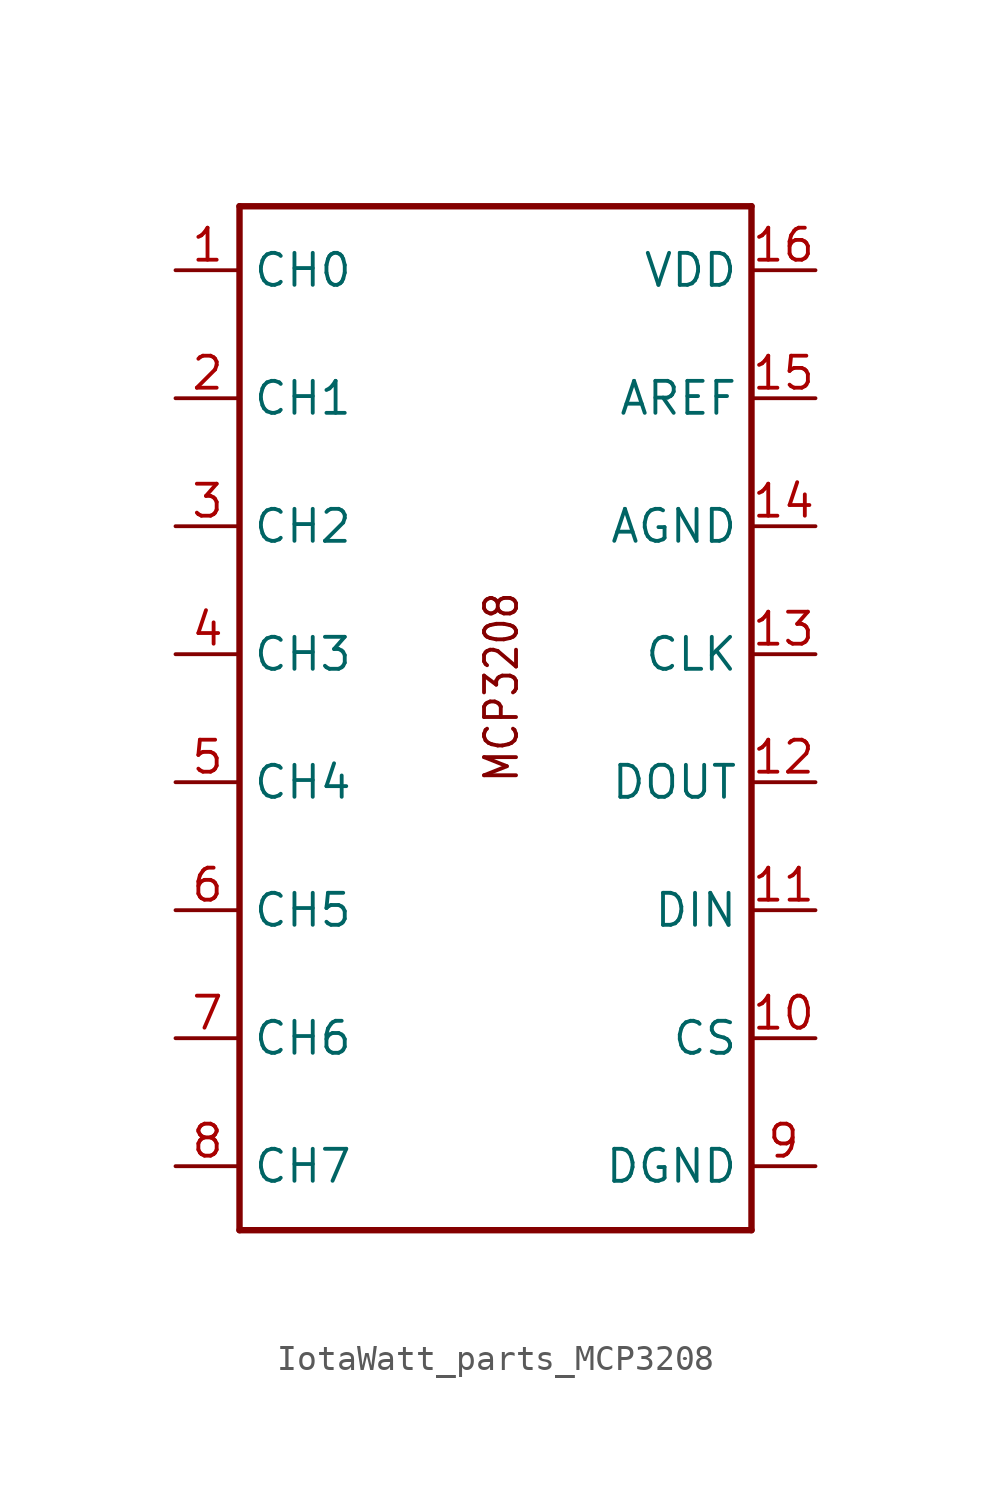
<source format=kicad_sym>
(kicad_symbol_lib
  (version 20220914)
  (generator kicad_symbol_editor)
  (symbol "IotaWatt_parts_MCP3208"
    (property "Reference" ""
      (at -6.858 23.876 0)
      (effects (font (size 1.27 1.079)) (justify left bottom) hide))
    (property "ki_locked" ""
      (at 0 0 0)
      (effects (font (size 1.27 1.27))))
    (symbol "IotaWatt_parts_MCP3208_1_0"
      (polyline (pts (xy -12.7 -17.78) (xy -12.7 22.86)) (stroke (width 0.254) (type solid)) (fill (type none)))
      (polyline (pts (xy -12.7 -17.78) (xy 7.62 -17.78)) (stroke (width 0.254) (type solid)) (fill (type none)))
      (polyline (pts (xy -12.7 22.86) (xy 7.62 22.86)) (stroke (width 0.254) (type solid)) (fill (type none)))
      (polyline (pts (xy 7.62 22.86) (xy 7.62 -17.78)) (stroke (width 0.254) (type solid)) (fill (type none)))
      (text "MCP3208" (at -3.048 7.62 900) (effects (font (size 1.27 1.079)) (justify right top)))
      (pin input line (at -15.24 20.32 0) (length 2.54) (name "CH0" (effects (font (size 1.27 1.27)))) (number "1" (effects (font (size 1.27 1.27)))))
      (pin input line (at 10.16 -10.16 180) (length 2.54) (name "CS" (effects (font (size 1.27 1.27)))) (number "10" (effects (font (size 1.27 1.27)))))
      (pin input line (at 10.16 -5.08 180) (length 2.54) (name "DIN" (effects (font (size 1.27 1.27)))) (number "11" (effects (font (size 1.27 1.27)))))
      (pin bidirectional line (at 10.16 0 180) (length 2.54) (name "DOUT" (effects (font (size 1.27 1.27)))) (number "12" (effects (font (size 1.27 1.27)))))
      (pin input line (at 10.16 5.08 180) (length 2.54) (name "CLK" (effects (font (size 1.27 1.27)))) (number "13" (effects (font (size 1.27 1.27)))))
      (pin input line (at 10.16 10.16 180) (length 2.54) (name "AGND" (effects (font (size 1.27 1.27)))) (number "14" (effects (font (size 1.27 1.27)))))
      (pin input line (at 10.16 15.24 180) (length 2.54) (name "AREF" (effects (font (size 1.27 1.27)))) (number "15" (effects (font (size 1.27 1.27)))))
      (pin bidirectional line (at 10.16 20.32 180) (length 2.54) (name "VDD" (effects (font (size 1.27 1.27)))) (number "16" (effects (font (size 1.27 1.27)))))
      (pin input line (at -15.24 15.24 0) (length 2.54) (name "CH1" (effects (font (size 1.27 1.27)))) (number "2" (effects (font (size 1.27 1.27)))))
      (pin input line (at -15.24 10.16 0) (length 2.54) (name "CH2" (effects (font (size 1.27 1.27)))) (number "3" (effects (font (size 1.27 1.27)))))
      (pin input line (at -15.24 5.08 0) (length 2.54) (name "CH3" (effects (font (size 1.27 1.27)))) (number "4" (effects (font (size 1.27 1.27)))))
      (pin bidirectional line (at -15.24 0 0) (length 2.54) (name "CH4" (effects (font (size 1.27 1.27)))) (number "5" (effects (font (size 1.27 1.27)))))
      (pin bidirectional line (at -15.24 -5.08 0) (length 2.54) (name "CH5" (effects (font (size 1.27 1.27)))) (number "6" (effects (font (size 1.27 1.27)))))
      (pin input line (at -15.24 -10.16 0) (length 2.54) (name "CH6" (effects (font (size 1.27 1.27)))) (number "7" (effects (font (size 1.27 1.27)))))
      (pin bidirectional line (at -15.24 -15.24 0) (length 2.54) (name "CH7" (effects (font (size 1.27 1.27)))) (number "8" (effects (font (size 1.27 1.27)))))
      (pin bidirectional line (at 10.16 -15.24 180) (length 2.54) (name "DGND" (effects (font (size 1.27 1.27)))) (number "9" (effects (font (size 1.27 1.27))))))))
</source>
